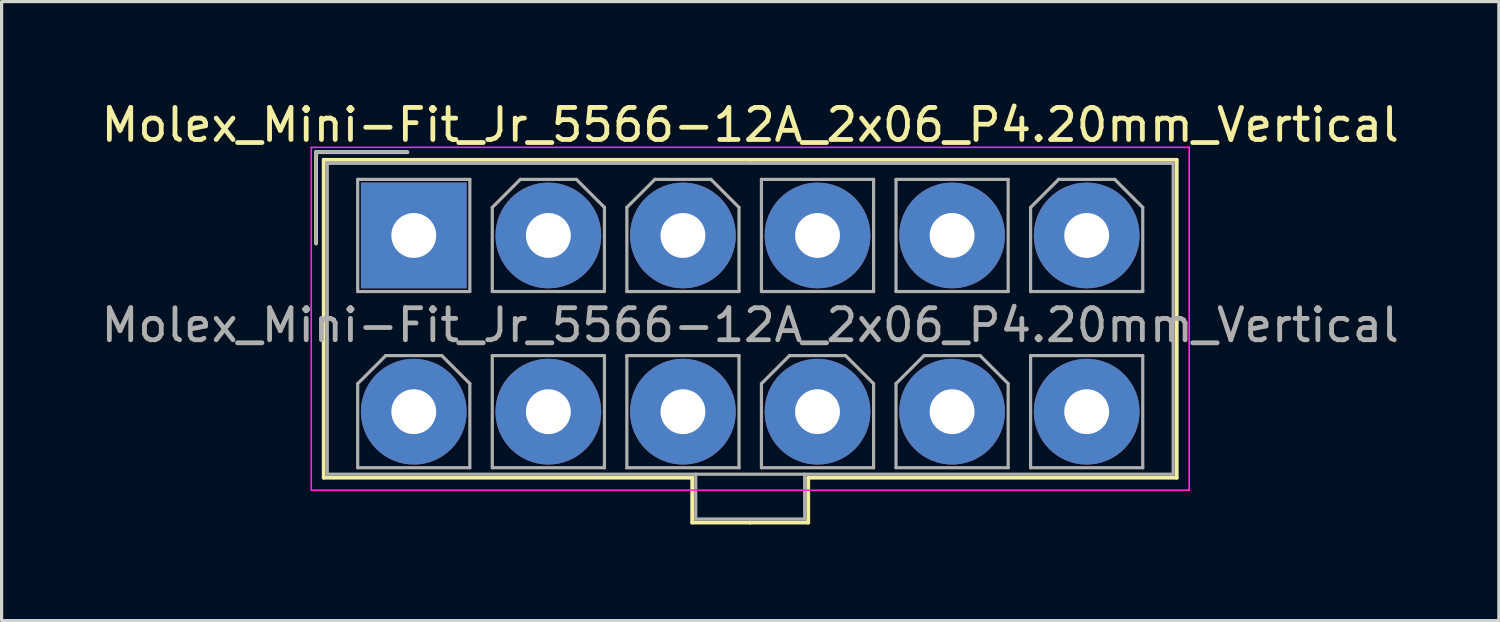
<source format=kicad_pcb>
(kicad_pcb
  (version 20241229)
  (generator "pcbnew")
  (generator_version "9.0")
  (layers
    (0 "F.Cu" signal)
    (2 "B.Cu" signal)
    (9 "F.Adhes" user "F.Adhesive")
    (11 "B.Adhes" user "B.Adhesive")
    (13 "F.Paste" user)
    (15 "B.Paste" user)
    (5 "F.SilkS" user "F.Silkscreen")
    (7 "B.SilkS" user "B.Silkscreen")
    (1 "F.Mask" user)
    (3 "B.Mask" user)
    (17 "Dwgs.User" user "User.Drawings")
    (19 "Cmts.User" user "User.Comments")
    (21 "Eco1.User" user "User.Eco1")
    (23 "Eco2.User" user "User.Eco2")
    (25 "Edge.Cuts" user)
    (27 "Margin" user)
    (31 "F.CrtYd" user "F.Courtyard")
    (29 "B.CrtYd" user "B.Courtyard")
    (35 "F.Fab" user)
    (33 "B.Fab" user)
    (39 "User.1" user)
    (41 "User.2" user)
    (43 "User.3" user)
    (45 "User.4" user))
  (footprint "Molex_Mini-Fit_Jr_5566-12A_2x06_P4.20mm_Vertical"
    (layer "F.Cu")
    (at 9.863 4.298)
    (property "Reference" "Molex_Mini-Fit_Jr_5566-12A_2x06_P4.20mm_Vertical" (at 10.5 -3.45 0) (layer "F.SilkS") (effects (font (size 1 1) (thickness 0.15))))
    (attr through_hole)
    (fp_line (start -3.05 -2.6) (end -3.05 0.25) (stroke (width 0.12) (type solid)) (layer "F.SilkS"))
    (fp_line (start -2.81 -2.36) (end -2.81 7.56) (stroke (width 0.12) (type solid)) (layer "F.SilkS"))
    (fp_line (start -2.81 7.56) (end 8.69 7.56) (stroke (width 0.12) (type solid)) (layer "F.SilkS"))
    (fp_line (start -0.2 -2.6) (end -3.05 -2.6) (stroke (width 0.12) (type solid)) (layer "F.SilkS"))
    (fp_line (start 8.69 7.56) (end 8.69 8.96) (stroke (width 0.12) (type solid)) (layer "F.SilkS"))
    (fp_line (start 8.69 8.96) (end 10.5 8.96) (stroke (width 0.12) (type solid)) (layer "F.SilkS"))
    (fp_line (start 10.5 -2.36) (end -2.81 -2.36) (stroke (width 0.12) (type solid)) (layer "F.SilkS"))
    (fp_line (start 10.5 -2.36) (end 23.81 -2.36) (stroke (width 0.12) (type solid)) (layer "F.SilkS"))
    (fp_line (start 12.31 7.56) (end 12.31 8.96) (stroke (width 0.12) (type solid)) (layer "F.SilkS"))
    (fp_line (start 12.31 8.96) (end 10.5 8.96) (stroke (width 0.12) (type solid)) (layer "F.SilkS"))
    (fp_line (start 23.81 -2.36) (end 23.81 7.56) (stroke (width 0.12) (type solid)) (layer "F.SilkS"))
    (fp_line (start 23.81 7.56) (end 12.31 7.56) (stroke (width 0.12) (type solid)) (layer "F.SilkS"))
    (fp_line (start -3.2 -2.75) (end -3.2 7.95) (stroke (width 0.05) (type solid)) (layer "F.CrtYd"))
    (fp_line (start -3.2 7.95) (end 24.2 7.95) (stroke (width 0.05) (type solid)) (layer "F.CrtYd"))
    (fp_line (start 24.2 -2.75) (end -3.2 -2.75) (stroke (width 0.05) (type solid)) (layer "F.CrtYd"))
    (fp_line (start 24.2 7.95) (end 24.2 -2.75) (stroke (width 0.05) (type solid)) (layer "F.CrtYd"))
    (fp_line (start -3.05 -2.6) (end -3.05 0.25) (stroke (width 0.1) (type solid)) (layer "F.Fab"))
    (fp_line (start -2.7 -2.25) (end -2.7 7.45) (stroke (width 0.1) (type solid)) (layer "F.Fab"))
    (fp_line (start -2.7 7.45) (end 23.7 7.45) (stroke (width 0.1) (type solid)) (layer "F.Fab"))
    (fp_line (start -1.75 -1.75) (end -1.75 1.75) (stroke (width 0.1) (type solid)) (layer "F.Fab"))
    (fp_line (start -1.75 1.75) (end 1.75 1.75) (stroke (width 0.1) (type solid)) (layer "F.Fab"))
    (fp_line (start -1.75 4.625) (end -0.875 3.75) (stroke (width 0.1) (type solid)) (layer "F.Fab"))
    (fp_line (start -1.75 7.25) (end -1.75 4.625) (stroke (width 0.1) (type solid)) (layer "F.Fab"))
    (fp_line (start -0.875 3.75) (end 0.875 3.75) (stroke (width 0.1) (type solid)) (layer "F.Fab"))
    (fp_line (start -0.2 -2.6) (end -3.05 -2.6) (stroke (width 0.1) (type solid)) (layer "F.Fab"))
    (fp_line (start 0.875 3.75) (end 1.75 4.625) (stroke (width 0.1) (type solid)) (layer "F.Fab"))
    (fp_line (start 1.75 -1.75) (end -1.75 -1.75) (stroke (width 0.1) (type solid)) (layer "F.Fab"))
    (fp_line (start 1.75 1.75) (end 1.75 -1.75) (stroke (width 0.1) (type solid)) (layer "F.Fab"))
    (fp_line (start 1.75 4.625) (end 1.75 7.25) (stroke (width 0.1) (type solid)) (layer "F.Fab"))
    (fp_line (start 1.75 7.25) (end -1.75 7.25) (stroke (width 0.1) (type solid)) (layer "F.Fab"))
    (fp_line (start 2.45 -0.875) (end 3.325 -1.75) (stroke (width 0.1) (type solid)) (layer "F.Fab"))
    (fp_line (start 2.45 1.75) (end 2.45 -0.875) (stroke (width 0.1) (type solid)) (layer "F.Fab"))
    (fp_line (start 2.45 3.75) (end 2.45 7.25) (stroke (width 0.1) (type solid)) (layer "F.Fab"))
    (fp_line (start 2.45 7.25) (end 5.95 7.25) (stroke (width 0.1) (type solid)) (layer "F.Fab"))
    (fp_line (start 3.325 -1.75) (end 5.075 -1.75) (stroke (width 0.1) (type solid)) (layer "F.Fab"))
    (fp_line (start 5.075 -1.75) (end 5.95 -0.875) (stroke (width 0.1) (type solid)) (layer "F.Fab"))
    (fp_line (start 5.95 -0.875) (end 5.95 1.75) (stroke (width 0.1) (type solid)) (layer "F.Fab"))
    (fp_line (start 5.95 1.75) (end 2.45 1.75) (stroke (width 0.1) (type solid)) (layer "F.Fab"))
    (fp_line (start 5.95 3.75) (end 2.45 3.75) (stroke (width 0.1) (type solid)) (layer "F.Fab"))
    (fp_line (start 5.95 7.25) (end 5.95 3.75) (stroke (width 0.1) (type solid)) (layer "F.Fab"))
    (fp_line (start 6.65 -0.875) (end 7.525 -1.75) (stroke (width 0.1) (type solid)) (layer "F.Fab"))
    (fp_line (start 6.65 1.75) (end 6.65 -0.875) (stroke (width 0.1) (type solid)) (layer "F.Fab"))
    (fp_line (start 6.65 3.75) (end 6.65 7.25) (stroke (width 0.1) (type solid)) (layer "F.Fab"))
    (fp_line (start 6.65 7.25) (end 10.15 7.25) (stroke (width 0.1) (type solid)) (layer "F.Fab"))
    (fp_line (start 7.525 -1.75) (end 9.275 -1.75) (stroke (width 0.1) (type solid)) (layer "F.Fab"))
    (fp_line (start 8.8 7.45) (end 8.8 8.85) (stroke (width 0.1) (type solid)) (layer "F.Fab"))
    (fp_line (start 8.8 8.85) (end 12.2 8.85) (stroke (width 0.1) (type solid)) (layer "F.Fab"))
    (fp_line (start 9.275 -1.75) (end 10.15 -0.875) (stroke (width 0.1) (type solid)) (layer "F.Fab"))
    (fp_line (start 10.15 -0.875) (end 10.15 1.75) (stroke (width 0.1) (type solid)) (layer "F.Fab"))
    (fp_line (start 10.15 1.75) (end 6.65 1.75) (stroke (width 0.1) (type solid)) (layer "F.Fab"))
    (fp_line (start 10.15 3.75) (end 6.65 3.75) (stroke (width 0.1) (type solid)) (layer "F.Fab"))
    (fp_line (start 10.15 7.25) (end 10.15 3.75) (stroke (width 0.1) (type solid)) (layer "F.Fab"))
    (fp_line (start 10.85 -1.75) (end 10.85 1.75) (stroke (width 0.1) (type solid)) (layer "F.Fab"))
    (fp_line (start 10.85 1.75) (end 14.35 1.75) (stroke (width 0.1) (type solid)) (layer "F.Fab"))
    (fp_line (start 10.85 4.625) (end 11.725 3.75) (stroke (width 0.1) (type solid)) (layer "F.Fab"))
    (fp_line (start 10.85 7.25) (end 10.85 4.625) (stroke (width 0.1) (type solid)) (layer "F.Fab"))
    (fp_line (start 11.725 3.75) (end 13.475 3.75) (stroke (width 0.1) (type solid)) (layer "F.Fab"))
    (fp_line (start 12.2 8.85) (end 12.2 7.45) (stroke (width 0.1) (type solid)) (layer "F.Fab"))
    (fp_line (start 13.475 3.75) (end 14.35 4.625) (stroke (width 0.1) (type solid)) (layer "F.Fab"))
    (fp_line (start 14.35 -1.75) (end 10.85 -1.75) (stroke (width 0.1) (type solid)) (layer "F.Fab"))
    (fp_line (start 14.35 1.75) (end 14.35 -1.75) (stroke (width 0.1) (type solid)) (layer "F.Fab"))
    (fp_line (start 14.35 4.625) (end 14.35 7.25) (stroke (width 0.1) (type solid)) (layer "F.Fab"))
    (fp_line (start 14.35 7.25) (end 10.85 7.25) (stroke (width 0.1) (type solid)) (layer "F.Fab"))
    (fp_line (start 15.05 -1.75) (end 15.05 1.75) (stroke (width 0.1) (type solid)) (layer "F.Fab"))
    (fp_line (start 15.05 1.75) (end 18.55 1.75) (stroke (width 0.1) (type solid)) (layer "F.Fab"))
    (fp_line (start 15.05 4.625) (end 15.925 3.75) (stroke (width 0.1) (type solid)) (layer "F.Fab"))
    (fp_line (start 15.05 7.25) (end 15.05 4.625) (stroke (width 0.1) (type solid)) (layer "F.Fab"))
    (fp_line (start 15.925 3.75) (end 17.675 3.75) (stroke (width 0.1) (type solid)) (layer "F.Fab"))
    (fp_line (start 17.675 3.75) (end 18.55 4.625) (stroke (width 0.1) (type solid)) (layer "F.Fab"))
    (fp_line (start 18.55 -1.75) (end 15.05 -1.75) (stroke (width 0.1) (type solid)) (layer "F.Fab"))
    (fp_line (start 18.55 1.75) (end 18.55 -1.75) (stroke (width 0.1) (type solid)) (layer "F.Fab"))
    (fp_line (start 18.55 4.625) (end 18.55 7.25) (stroke (width 0.1) (type solid)) (layer "F.Fab"))
    (fp_line (start 18.55 7.25) (end 15.05 7.25) (stroke (width 0.1) (type solid)) (layer "F.Fab"))
    (fp_line (start 19.25 -0.875) (end 20.125 -1.75) (stroke (width 0.1) (type solid)) (layer "F.Fab"))
    (fp_line (start 19.25 1.75) (end 19.25 -0.875) (stroke (width 0.1) (type solid)) (layer "F.Fab"))
    (fp_line (start 19.25 3.75) (end 19.25 7.25) (stroke (width 0.1) (type solid)) (layer "F.Fab"))
    (fp_line (start 19.25 7.25) (end 22.75 7.25) (stroke (width 0.1) (type solid)) (layer "F.Fab"))
    (fp_line (start 20.125 -1.75) (end 21.875 -1.75) (stroke (width 0.1) (type solid)) (layer "F.Fab"))
    (fp_line (start 21.875 -1.75) (end 22.75 -0.875) (stroke (width 0.1) (type solid)) (layer "F.Fab"))
    (fp_line (start 22.75 -0.875) (end 22.75 1.75) (stroke (width 0.1) (type solid)) (layer "F.Fab"))
    (fp_line (start 22.75 1.75) (end 19.25 1.75) (stroke (width 0.1) (type solid)) (layer "F.Fab"))
    (fp_line (start 22.75 3.75) (end 19.25 3.75) (stroke (width 0.1) (type solid)) (layer "F.Fab"))
    (fp_line (start 22.75 7.25) (end 22.75 3.75) (stroke (width 0.1) (type solid)) (layer "F.Fab"))
    (fp_line (start 23.7 -2.25) (end -2.7 -2.25) (stroke (width 0.1) (type solid)) (layer "F.Fab"))
    (fp_line (start 23.7 7.45) (end 23.7 -2.25) (stroke (width 0.1) (type solid)) (layer "F.Fab"))
    (fp_text user "${REFERENCE}" (at 10.5 2.8 0) (layer "F.Fab") (effects (font (size 1 1) (thickness 0.15))))
    (pad "1" thru_hole rect (at 0 0) (size 3.3 3.3) (drill 1.4) (layers "*.Cu" "*.Mask"))
    (pad "2" thru_hole circle (at 4.2 0) (size 3.3 3.3) (drill 1.4) (layers "*.Cu" "*.Mask"))
    (pad "3" thru_hole circle (at 8.4 0) (size 3.3 3.3) (drill 1.4) (layers "*.Cu" "*.Mask"))
    (pad "4" thru_hole circle (at 12.6 0) (size 3.3 3.3) (drill 1.4) (layers "*.Cu" "*.Mask"))
    (pad "5" thru_hole circle (at 16.8 0) (size 3.3 3.3) (drill 1.4) (layers "*.Cu" "*.Mask"))
    (pad "6" thru_hole circle (at 21 0) (size 3.3 3.3) (drill 1.4) (layers "*.Cu" "*.Mask"))
    (pad "7" thru_hole circle (at 0 5.5) (size 3.3 3.3) (drill 1.4) (layers "*.Cu" "*.Mask"))
    (pad "8" thru_hole circle (at 4.2 5.5) (size 3.3 3.3) (drill 1.4) (layers "*.Cu" "*.Mask"))
    (pad "9" thru_hole circle (at 8.4 5.5) (size 3.3 3.3) (drill 1.4) (layers "*.Cu" "*.Mask"))
    (pad "10" thru_hole circle (at 12.6 5.5) (size 3.3 3.3) (drill 1.4) (layers "*.Cu" "*.Mask"))
    (pad "11" thru_hole circle (at 16.8 5.5) (size 3.3 3.3) (drill 1.4) (layers "*.Cu" "*.Mask"))
    (pad "12" thru_hole circle (at 21 5.5) (size 3.3 3.3) (drill 1.4) (layers "*.Cu" "*.Mask")))
  (gr_rect
    (start -3 -3)
    (end 43.726 16.318)
    (stroke (width 0.1) (type default))
    (fill no)
    (layer "Edge.Cuts")))
</source>
